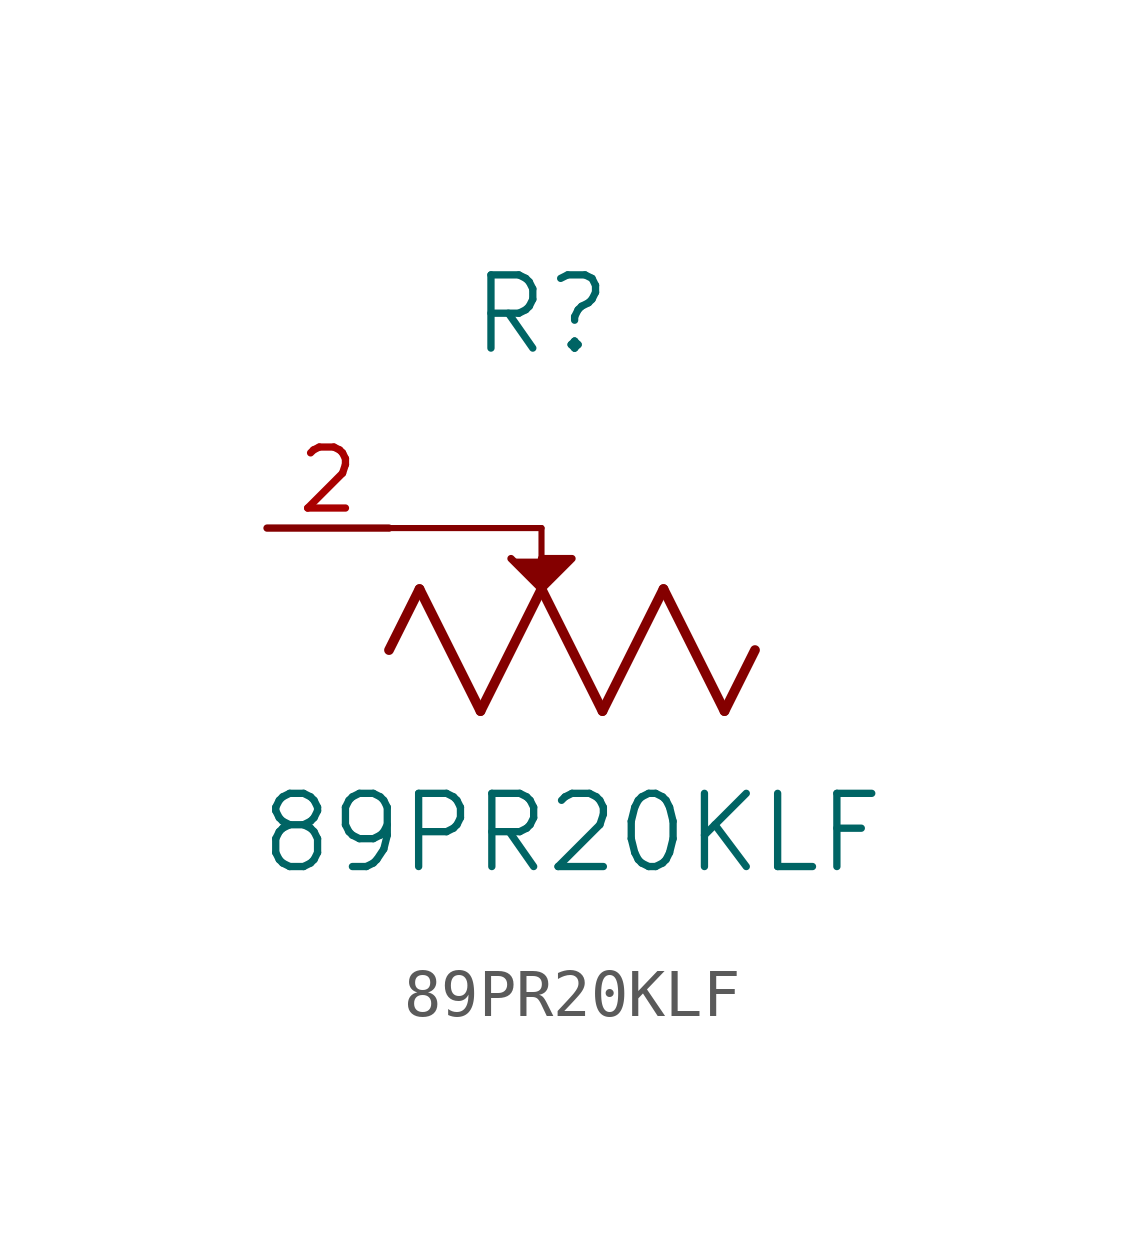
<source format=kicad_sym>
(kicad_symbol_lib
  (version 20211014)
  (generator kicad_symbol_editor)
  (symbol "89PR20KLF"
    (pin_names
      (offset 0.254))
    (property "Reference" "R"
      (at 5.715 6.985 0)
      (effects (font (size 1.524 1.524))))
    (property "Value" "89PR20KLF"
      (at 6.35 -3.81 0)
      (effects (font (size 1.524 1.524))))
    (polyline
      (pts (xy 3.175 1.27) (xy 4.445 -1.27))
      (stroke (width 0.203) (type default) (color 0 0 0 0))
      (fill (type none)))
    (polyline
      (pts (xy 4.445 -1.27) (xy 5.715 1.27))
      (stroke (width 0.203) (type default) (color 0 0 0 0))
      (fill (type none)))
    (polyline
      (pts (xy 5.715 1.27) (xy 6.985 -1.27))
      (stroke (width 0.203) (type default) (color 0 0 0 0))
      (fill (type none)))
    (polyline
      (pts (xy 6.985 -1.27) (xy 8.255 1.27))
      (stroke (width 0.203) (type default) (color 0 0 0 0))
      (fill (type none)))
    (polyline
      (pts (xy 8.255 1.27) (xy 9.525 -1.27))
      (stroke (width 0.203) (type default) (color 0 0 0 0))
      (fill (type none)))
    (polyline
      (pts (xy 2.54 0) (xy 3.175 1.27))
      (stroke (width 0.203) (type default) (color 0 0 0 0))
      (fill (type none)))
    (polyline
      (pts (xy 9.525 -1.27) (xy 10.16 0))
      (stroke (width 0.203) (type default) (color 0 0 0 0))
      (fill (type none)))
    (polyline
      (pts (xy 2.54 2.54) (xy 5.715 2.54))
      (stroke (width 0.127) (type default) (color 0 0 0 0))
      (fill (type none)))
    (polyline
      (pts (xy 5.715 2.54) (xy 5.715 1.27))
      (stroke (width 0.127) (type default) (color 0 0 0 0))
      (fill (type none)))
    (polyline
      (pts (xy 5.08 1.905) (xy 5.715 1.27) (xy 6.35 1.905) (xy 5.715 1.905))
      (stroke (width 0) (type default) (color 0 0 0 0))
      (fill (type outline)))
    (pin unspecified line
      (at 2.54 2.54 180)
      (length 2.54)
      (name "" (effects (font (size 1.27 1.27))))
      (number "2" (effects (font (size 1.27 1.27)))))))
</source>
